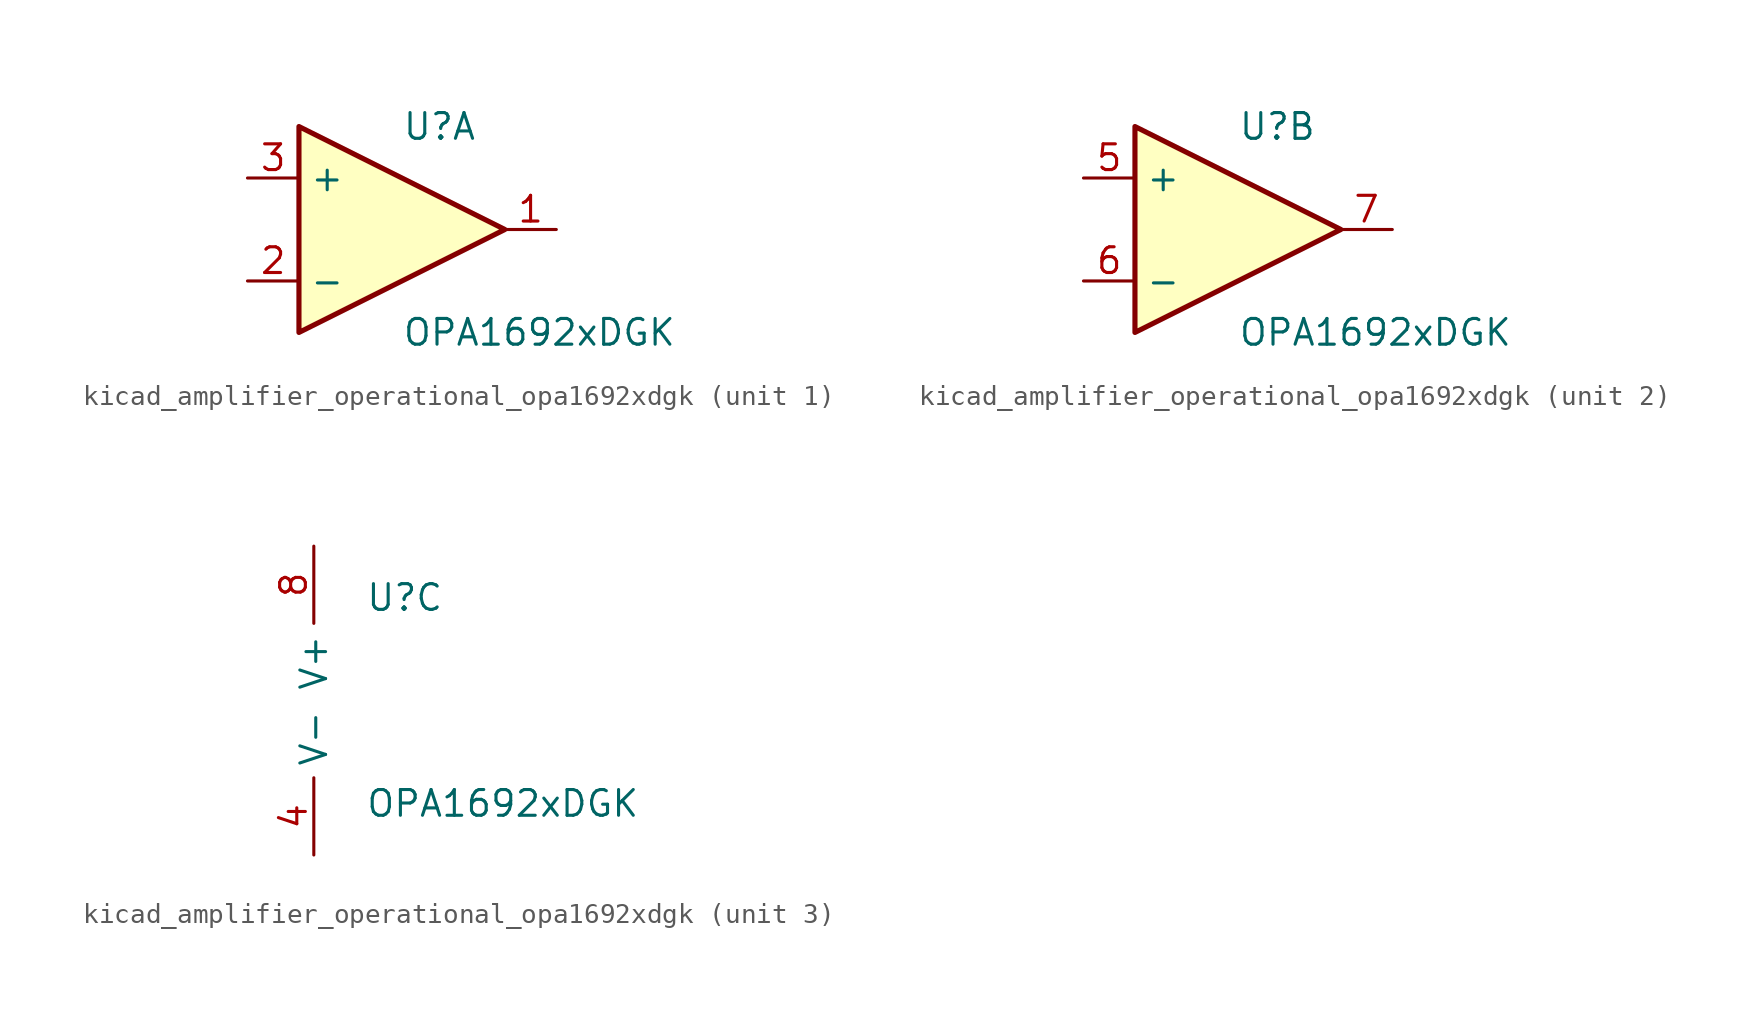
<source format=kicad_sym>
(kicad_symbol_lib
  (version 20220914)
  (generator kicad_symbol_editor)
  (symbol "kicad_amplifier_operational_opa1692xdgk"
    (property "Reference" "U"
      (at 0 5.08 0)
      (effects (font (size 1.27 1.27)) (justify left)))
    (property "Value" "OPA1692xDGK"
      (at 0 -5.08 0)
      (effects (font (size 1.27 1.27)) (justify left)))
    (property "ki_locked" ""
      (at 0 0 0)
      (effects (font (size 1.27 1.27))))
    (symbol "kicad_amplifier_operational_opa1692xdgk_1_1"
      (polyline (pts (xy -5.08 5.08) (xy 5.08 0) (xy -5.08 -5.08) (xy -5.08 5.08)) (stroke (width 0.254) (type default)) (fill (type background)))
      (pin output line (at 7.62 0 180) (length 2.54) (name "~" (effects (font (size 1.27 1.27)))) (number "1" (effects (font (size 1.27 1.27)))))
      (pin input line (at -7.62 -2.54 0) (length 2.54) (name "-" (effects (font (size 1.27 1.27)))) (number "2" (effects (font (size 1.27 1.27)))))
      (pin input line (at -7.62 2.54 0) (length 2.54) (name "+" (effects (font (size 1.27 1.27)))) (number "3" (effects (font (size 1.27 1.27))))))
    (symbol "kicad_amplifier_operational_opa1692xdgk_2_1"
      (polyline (pts (xy -5.08 5.08) (xy 5.08 0) (xy -5.08 -5.08) (xy -5.08 5.08)) (stroke (width 0.254) (type default)) (fill (type background)))
      (pin input line (at -7.62 2.54 0) (length 2.54) (name "+" (effects (font (size 1.27 1.27)))) (number "5" (effects (font (size 1.27 1.27)))))
      (pin input line (at -7.62 -2.54 0) (length 2.54) (name "-" (effects (font (size 1.27 1.27)))) (number "6" (effects (font (size 1.27 1.27)))))
      (pin output line (at 7.62 0 180) (length 2.54) (name "~" (effects (font (size 1.27 1.27)))) (number "7" (effects (font (size 1.27 1.27))))))
    (symbol "kicad_amplifier_operational_opa1692xdgk_3_1"
      (pin power_in line (at -2.54 -7.62 90) (length 3.81) (name "V-" (effects (font (size 1.27 1.27)))) (number "4" (effects (font (size 1.27 1.27)))))
      (pin power_in line (at -2.54 7.62 270) (length 3.81) (name "V+" (effects (font (size 1.27 1.27)))) (number "8" (effects (font (size 1.27 1.27))))))))
</source>
